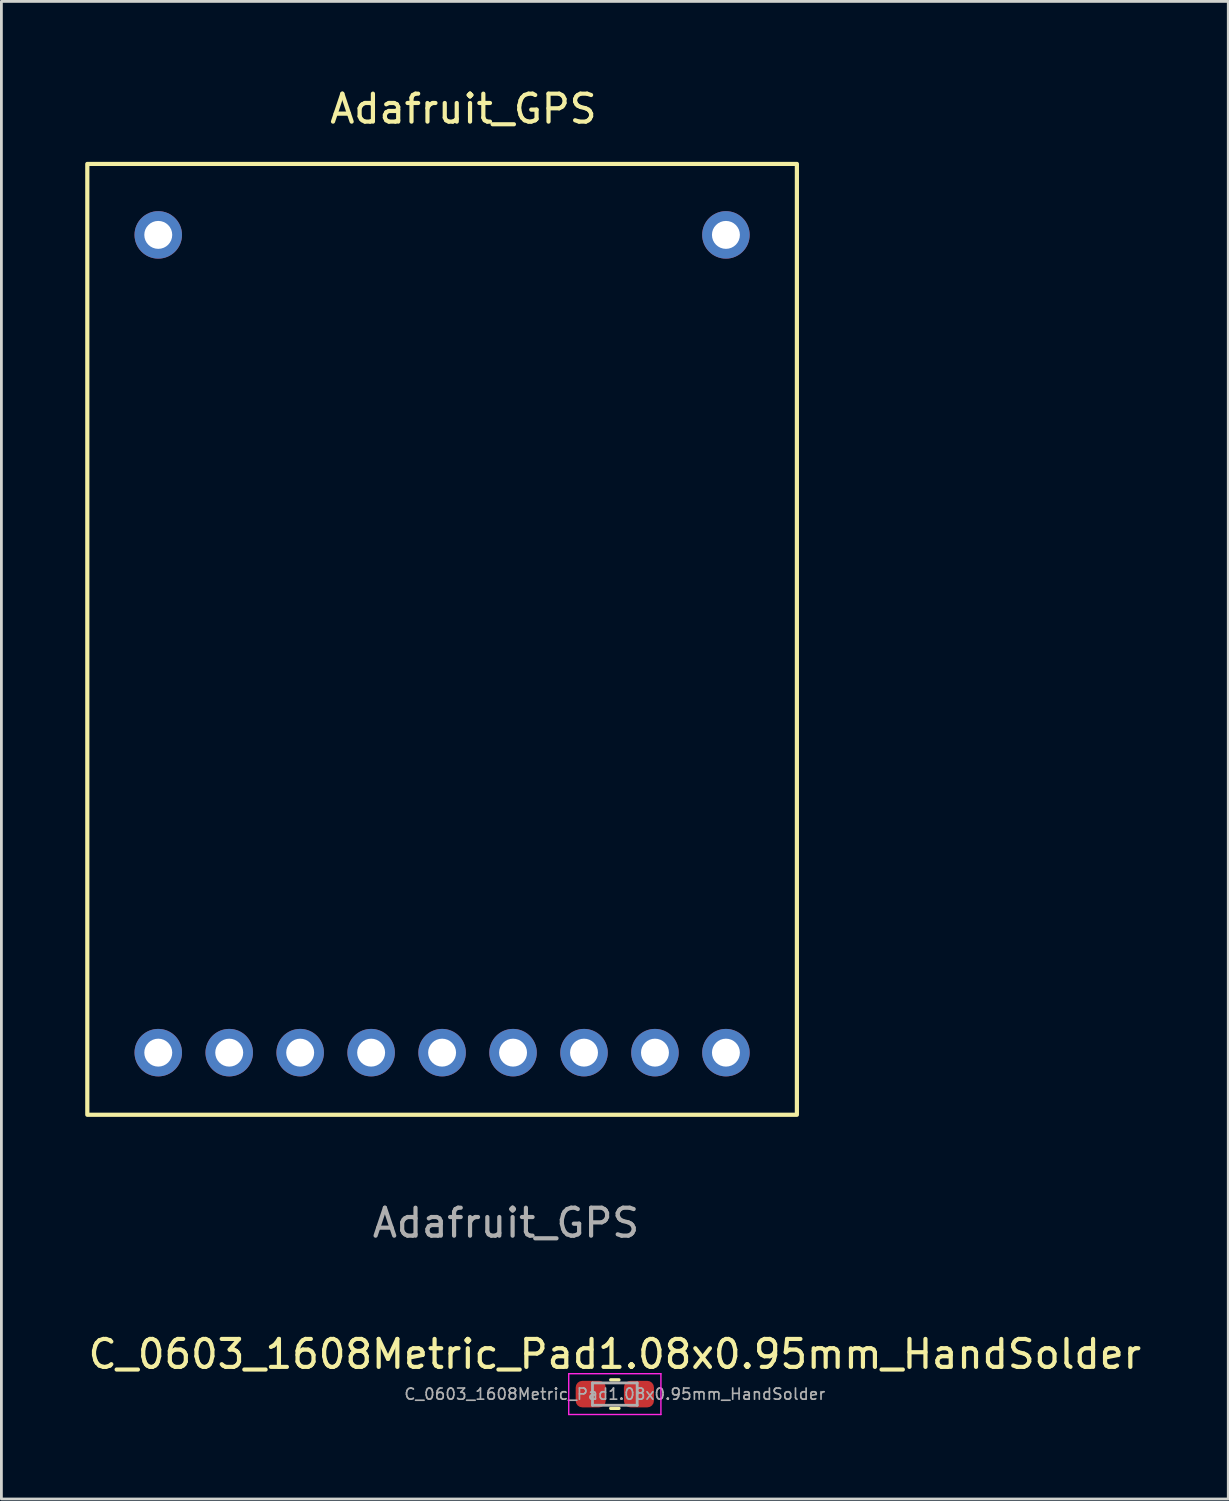
<source format=kicad_pcb>
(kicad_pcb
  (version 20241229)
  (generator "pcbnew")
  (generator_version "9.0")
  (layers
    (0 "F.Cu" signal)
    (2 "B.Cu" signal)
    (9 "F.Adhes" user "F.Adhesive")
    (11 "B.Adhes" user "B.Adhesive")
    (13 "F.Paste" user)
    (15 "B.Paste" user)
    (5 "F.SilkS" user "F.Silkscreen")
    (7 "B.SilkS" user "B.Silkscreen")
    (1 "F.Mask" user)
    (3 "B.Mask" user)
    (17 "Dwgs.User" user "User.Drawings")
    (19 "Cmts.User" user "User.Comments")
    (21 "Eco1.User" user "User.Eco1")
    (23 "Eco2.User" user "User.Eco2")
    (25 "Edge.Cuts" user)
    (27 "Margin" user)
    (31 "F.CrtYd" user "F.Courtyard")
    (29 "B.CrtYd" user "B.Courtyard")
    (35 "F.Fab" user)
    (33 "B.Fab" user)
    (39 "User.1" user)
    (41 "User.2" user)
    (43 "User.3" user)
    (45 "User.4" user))
  (footprint "Adafruit_GPS"
    (layer "F.Cu")
    (at 2.615 34.63)
    (property "Reference" "Adafruit_GPS" (at 10.922 -33.782 0) (unlocked yes) (layer "F.SilkS") (effects (font (size 1 1) (thickness 0.15))))
    (attr through_hole)
    (fp_rect (start -2.54 2.224) (end 22.86 -31.812) (stroke (width 0.15) (type solid)) (fill no) (layer "F.SilkS"))
    (fp_text user "${REFERENCE}" (at 12.446 6.096 0) (unlocked yes) (layer "F.Fab") (effects (font (size 1 1) (thickness 0.15))))
    (pad "1" thru_hole circle (at 0 0) (size 1.7 1.7) (drill 1) (layers "*.Cu" "*.Mask"))
    (pad "2" thru_hole circle (at 2.54 0) (size 1.7 1.7) (drill 1) (layers "*.Cu" "*.Mask"))
    (pad "3" thru_hole circle (at 5.08 0) (size 1.7 1.7) (drill 1) (layers "*.Cu" "*.Mask"))
    (pad "4" thru_hole circle (at 7.62 0) (size 1.7 1.7) (drill 1) (layers "*.Cu" "*.Mask"))
    (pad "5" thru_hole circle (at 10.16 0) (size 1.7 1.7) (drill 1) (layers "*.Cu" "*.Mask"))
    (pad "6" thru_hole circle (at 12.7 0) (size 1.7 1.7) (drill 1) (layers "*.Cu" "*.Mask"))
    (pad "7" thru_hole circle (at 15.24 0) (size 1.7 1.7) (drill 1) (layers "*.Cu" "*.Mask"))
    (pad "8" thru_hole circle (at 17.78 0) (size 1.7 1.7) (drill 1) (layers "*.Cu" "*.Mask"))
    (pad "9" thru_hole circle (at 20.32 0) (size 1.7 1.7) (drill 1) (layers "*.Cu" "*.Mask"))
    (pad "10" thru_hole circle (at 0 -29.272) (size 1.7 1.7) (drill 1) (layers "*.Cu" "*.Mask"))
    (pad "11" thru_hole circle (at 20.32 -29.272) (size 1.7 1.7) (drill 1) (layers "*.Cu" "*.Mask")))
  (footprint "C_0603_1608Metric_Pad1.08x0.95mm_HandSolder"
    (layer "F.Cu")
    (at 18.958 46.853)
    (property "Reference" "C_0603_1608Metric_Pad1.08x0.95mm_HandSolder" (at 0 -1.43 0) (layer "F.SilkS") (effects (font (size 1 1) (thickness 0.15))))
    (attr smd)
    (fp_line (start -0.146 -0.51) (end 0.146 -0.51) (stroke (width 0.12) (type solid)) (layer "F.SilkS"))
    (fp_line (start -0.146 0.51) (end 0.146 0.51) (stroke (width 0.12) (type solid)) (layer "F.SilkS"))
    (fp_line (start -1.65 -0.73) (end 1.65 -0.73) (stroke (width 0.05) (type solid)) (layer "F.CrtYd"))
    (fp_line (start -1.65 0.73) (end -1.65 -0.73) (stroke (width 0.05) (type solid)) (layer "F.CrtYd"))
    (fp_line (start 1.65 -0.73) (end 1.65 0.73) (stroke (width 0.05) (type solid)) (layer "F.CrtYd"))
    (fp_line (start 1.65 0.73) (end -1.65 0.73) (stroke (width 0.05) (type solid)) (layer "F.CrtYd"))
    (fp_line (start -0.8 -0.4) (end 0.8 -0.4) (stroke (width 0.1) (type solid)) (layer "F.Fab"))
    (fp_line (start -0.8 0.4) (end -0.8 -0.4) (stroke (width 0.1) (type solid)) (layer "F.Fab"))
    (fp_line (start 0.8 -0.4) (end 0.8 0.4) (stroke (width 0.1) (type solid)) (layer "F.Fab"))
    (fp_line (start 0.8 0.4) (end -0.8 0.4) (stroke (width 0.1) (type solid)) (layer "F.Fab"))
    (fp_text user "${REFERENCE}" (at 0 0 0) (layer "F.Fab") (effects (font (size 0.4 0.4) (thickness 0.06))))
    (pad "1" smd roundrect (at -0.863 0) (size 1.075 0.95) (layers "F.Cu" "F.Mask" "F.Paste") (roundrect_rratio 0.25))
    (pad "2" smd roundrect (at 0.863 0) (size 1.075 0.95) (layers "F.Cu" "F.Mask" "F.Paste") (roundrect_rratio 0.25)))
  (gr_rect
    (start -3 -3)
    (end 40.917 50.608)
    (stroke (width 0.1) (type default))
    (fill no)
    (layer "Edge.Cuts")))
</source>
